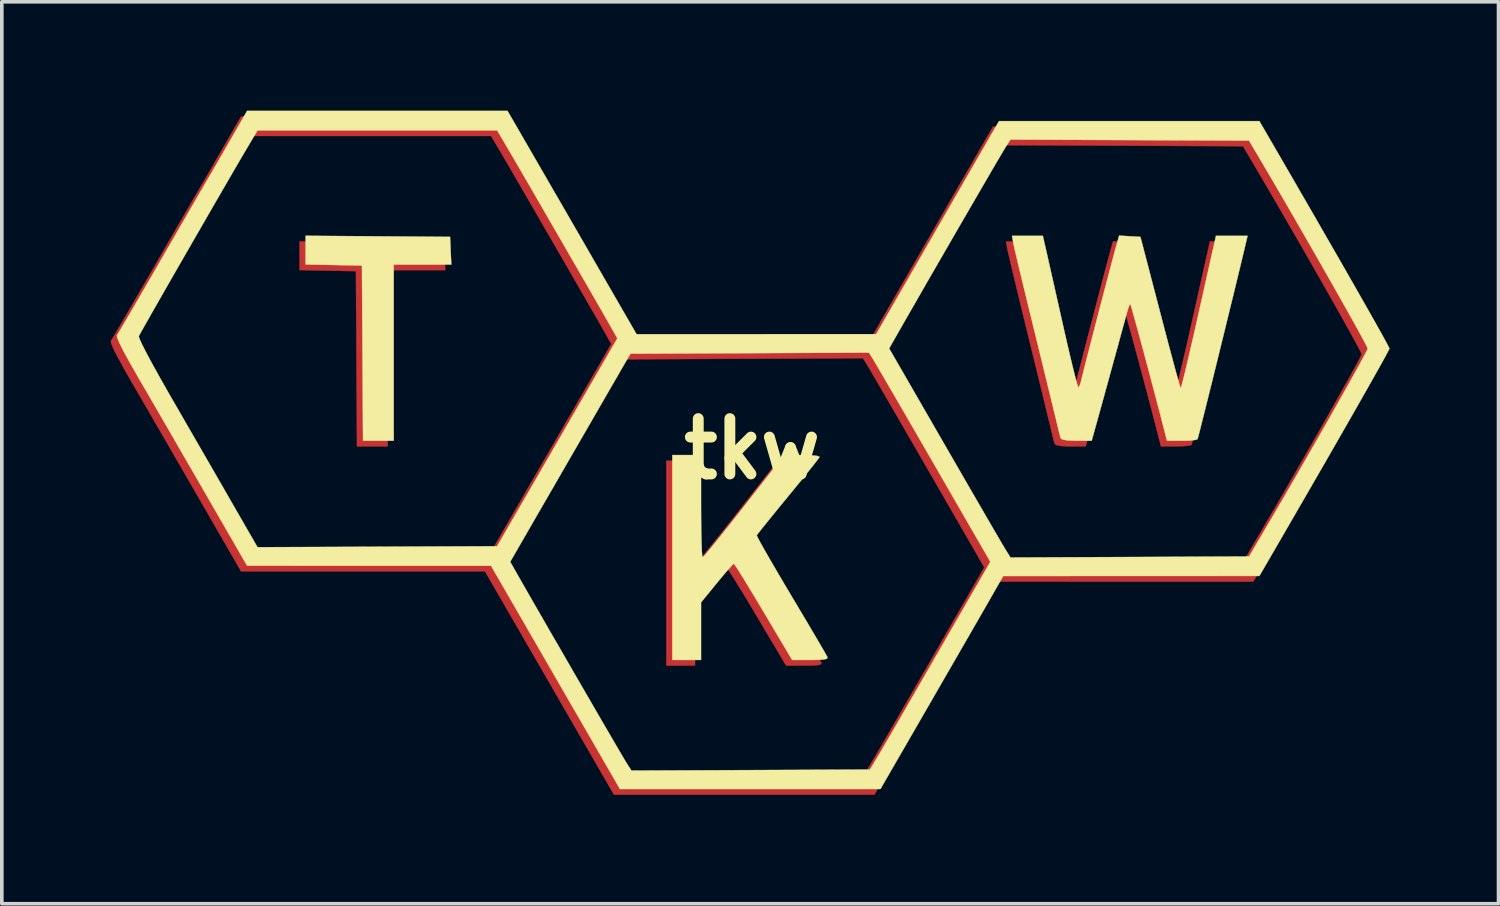
<source format=kicad_pcb>
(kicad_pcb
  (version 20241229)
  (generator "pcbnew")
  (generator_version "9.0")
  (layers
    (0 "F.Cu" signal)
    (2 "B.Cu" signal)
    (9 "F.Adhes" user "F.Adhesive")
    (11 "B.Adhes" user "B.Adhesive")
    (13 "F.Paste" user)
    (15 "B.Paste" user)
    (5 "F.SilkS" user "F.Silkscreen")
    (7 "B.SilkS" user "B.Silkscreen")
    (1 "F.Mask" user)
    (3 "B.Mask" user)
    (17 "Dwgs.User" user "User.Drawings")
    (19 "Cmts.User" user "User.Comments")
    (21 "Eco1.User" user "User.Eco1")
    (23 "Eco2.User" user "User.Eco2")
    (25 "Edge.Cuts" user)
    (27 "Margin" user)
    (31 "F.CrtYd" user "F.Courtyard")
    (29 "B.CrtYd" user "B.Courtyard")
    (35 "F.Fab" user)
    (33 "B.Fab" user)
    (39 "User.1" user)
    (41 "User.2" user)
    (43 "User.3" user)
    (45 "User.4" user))
  (footprint "tkw"
    (layer "F.Cu")
    (at 17.675 9.318)
    (property "Reference" "tkw" (at 0 0 0) (layer "F.SilkS") (effects (font (size 1.524 1.524) (thickness 0.3))))
    (attr through_hole)
    (fp_poly (pts (xy -10.482 -5.702) (xy -8.492 -5.687) (xy -8.458 -4.925) (xy -10.044 -4.925) (xy -10.044 -0.071) (xy -10.89 -0.071) (xy -10.919 -4.897) (xy -12.471 -4.928) (xy -12.471 -5.716) (xy -10.482 -5.702)) (stroke (width 0.01) (type solid)) (fill yes) (layer "F.Cu"))
    (fp_poly (pts (xy -1.577 1.736) (xy -1.576 2.121) (xy -1.571 2.467) (xy -1.564 2.757) (xy -1.555 2.976) (xy -1.545 3.11) (xy -1.535 3.145) (xy -1.491 3.102) (xy -1.387 2.981) (xy -1.231 2.791) (xy -1.031 2.544) (xy -0.797 2.25) (xy -0.537 1.921) (xy -0.392 1.736) (xy 0.709 0.329) (xy 1.207 0.327) (xy 1.442 0.331) (xy 1.607 0.346) (xy 1.684 0.369) (xy 1.687 0.378) (xy 1.647 0.436) (xy 1.546 0.567) (xy 1.393 0.76) (xy 1.198 1.001) (xy 0.973 1.278) (xy 0.821 1.463) (xy 0.582 1.755) (xy 0.368 2.018) (xy 0.188 2.24) (xy 0.053 2.408) (xy -0.026 2.51) (xy -0.043 2.534) (xy -0.019 2.591) (xy 0.056 2.733) (xy 0.177 2.948) (xy 0.336 3.225) (xy 0.526 3.553) (xy 0.743 3.92) (xy 0.908 4.197) (xy 1.14 4.586) (xy 1.354 4.947) (xy 1.542 5.266) (xy 1.699 5.532) (xy 1.816 5.734) (xy 1.887 5.858) (xy 1.905 5.894) (xy 1.896 5.931) (xy 1.824 5.954) (xy 1.671 5.966) (xy 1.434 5.969) (xy 0.933 5.969) (xy 0.146 4.643) (xy -0.062 4.295) (xy -0.251 3.981) (xy -0.415 3.714) (xy -0.545 3.506) (xy -0.633 3.369) (xy -0.673 3.316) (xy -0.674 3.316) (xy -0.72 3.357) (xy -0.822 3.47) (xy -0.965 3.636) (xy -1.134 3.84) (xy -1.142 3.85) (xy -1.577 4.384) (xy -1.577 5.969) (xy -2.368 5.969) (xy -2.368 0.325) (xy -1.577 0.325) (xy -1.577 1.736)) (stroke (width 0.01) (type solid)) (fill yes) (layer "F.Cu"))
    (fp_poly (pts (xy 10.235 -5.704) (xy 10.527 -5.687) (xy 11.069 -3.613) (xy 11.19 -3.148) (xy 11.304 -2.718) (xy 11.406 -2.335) (xy 11.494 -2.011) (xy 11.563 -1.759) (xy 11.612 -1.589) (xy 11.635 -1.516) (xy 11.636 -1.513) (xy 11.654 -1.561) (xy 11.693 -1.706) (xy 11.751 -1.939) (xy 11.825 -2.246) (xy 11.912 -2.617) (xy 12.009 -3.039) (xy 12.114 -3.502) (xy 12.136 -3.601) (xy 12.609 -5.715) (xy 13.478 -5.715) (xy 13.409 -5.419) (xy 13.35 -5.171) (xy 13.274 -4.854) (xy 13.183 -4.478) (xy 13.081 -4.058) (xy 12.97 -3.606) (xy 12.854 -3.134) (xy 12.737 -2.655) (xy 12.62 -2.183) (xy 12.508 -1.729) (xy 12.404 -1.307) (xy 12.309 -0.929) (xy 12.229 -0.608) (xy 12.166 -0.357) (xy 12.122 -0.188) (xy 12.102 -0.115) (xy 12.101 -0.113) (xy 12.036 -0.092) (xy 11.889 -0.077) (xy 11.69 -0.071) (xy 11.668 -0.071) (xy 11.26 -0.071) (xy 11.156 -0.48) (xy 11.071 -0.808) (xy 10.974 -1.177) (xy 10.87 -1.571) (xy 10.763 -1.976) (xy 10.656 -2.375) (xy 10.553 -2.755) (xy 10.459 -3.101) (xy 10.378 -3.397) (xy 10.313 -3.629) (xy 10.269 -3.782) (xy 10.25 -3.841) (xy 10.25 -3.841) (xy 10.223 -3.806) (xy 10.183 -3.692) (xy 10.161 -3.618) (xy 10.128 -3.494) (xy 10.069 -3.28) (xy 9.991 -2.995) (xy 9.898 -2.656) (xy 9.796 -2.284) (xy 9.689 -1.896) (xy 9.583 -1.511) (xy 9.483 -1.148) (xy 9.394 -0.825) (xy 9.322 -0.562) (xy 9.283 -0.423) (xy 9.185 -0.071) (xy 8.769 -0.071) (xy 8.518 -0.079) (xy 8.373 -0.107) (xy 8.331 -0.141) (xy 8.307 -0.23) (xy 8.266 -0.392) (xy 8.222 -0.579) (xy 8.189 -0.715) (xy 8.132 -0.947) (xy 8.056 -1.26) (xy 7.964 -1.639) (xy 7.859 -2.07) (xy 7.744 -2.539) (xy 7.624 -3.03) (xy 7.602 -3.119) (xy 7.483 -3.605) (xy 7.371 -4.064) (xy 7.27 -4.483) (xy 7.182 -4.848) (xy 7.111 -5.146) (xy 7.06 -5.364) (xy 7.032 -5.489) (xy 7.029 -5.503) (xy 6.99 -5.715) (xy 7.839 -5.715) (xy 7.951 -5.221) (xy 7.994 -5.034) (xy 8.056 -4.757) (xy 8.134 -4.41) (xy 8.224 -4.013) (xy 8.32 -3.585) (xy 8.419 -3.147) (xy 8.422 -3.133) (xy 8.515 -2.726) (xy 8.601 -2.358) (xy 8.677 -2.042) (xy 8.741 -1.791) (xy 8.788 -1.62) (xy 8.815 -1.542) (xy 8.818 -1.538) (xy 8.854 -1.587) (xy 8.891 -1.706) (xy 8.895 -1.722) (xy 8.919 -1.822) (xy 8.967 -2.016) (xy 9.036 -2.285) (xy 9.12 -2.613) (xy 9.216 -2.983) (xy 9.319 -3.379) (xy 9.425 -3.784) (xy 9.529 -4.182) (xy 9.627 -4.555) (xy 9.714 -4.887) (xy 9.787 -5.161) (xy 9.841 -5.36) (xy 9.858 -5.422) (xy 9.942 -5.721) (xy 10.235 -5.704)) (stroke (width 0.01) (type solid)) (fill yes) (layer "F.Cu"))
    (fp_poly (pts (xy -6.313 -8.128) (xy -6.148 -7.842) (xy -5.937 -7.477) (xy -5.69 -7.05) (xy -5.419 -6.58) (xy -5.133 -6.085) (xy -4.843 -5.583) (xy -4.559 -5.092) (xy -4.536 -5.052) (xy -3.355 -3.006) (xy 3.249 -3.007) (xy 4.94 -5.942) (xy 6.632 -8.876) (xy 13.805 -8.876) (xy 14.092 -8.382) (xy 14.5 -7.679) (xy 14.896 -6.995) (xy 15.277 -6.335) (xy 15.638 -5.708) (xy 15.976 -5.12) (xy 16.287 -4.576) (xy 16.568 -4.085) (xy 16.813 -3.653) (xy 17.02 -3.287) (xy 17.185 -2.992) (xy 17.303 -2.777) (xy 17.372 -2.648) (xy 17.388 -2.611) (xy 17.36 -2.551) (xy 17.279 -2.4) (xy 17.15 -2.165) (xy 16.974 -1.853) (xy 16.758 -1.47) (xy 16.503 -1.023) (xy 16.215 -0.519) (xy 15.897 0.036) (xy 15.553 0.634) (xy 15.187 1.27) (xy 14.802 1.936) (xy 14.403 2.625) (xy 14.092 3.161) (xy 13.805 3.655) (xy 6.748 3.656) (xy 6.434 4.206) (xy 6.341 4.367) (xy 6.2 4.614) (xy 6.016 4.934) (xy 5.797 5.314) (xy 5.55 5.741) (xy 5.283 6.204) (xy 5.002 6.69) (xy 4.742 7.14) (xy 3.365 9.525) (xy -3.81 9.525) (xy -5.586 6.449) (xy -7.363 3.373) (xy -10.723 3.373) (xy -14.083 3.373) (xy -14.145 3.265) (xy -6.836 3.265) (xy -6.588 3.7) (xy -6.417 3.999) (xy -6.214 4.353) (xy -5.986 4.751) (xy -5.738 5.181) (xy -5.478 5.632) (xy -5.212 6.092) (xy -4.946 6.551) (xy -4.688 6.997) (xy -4.443 7.419) (xy -4.218 7.806) (xy -4.02 8.146) (xy -3.856 8.428) (xy -3.731 8.64) (xy -3.652 8.772) (xy -3.631 8.806) (xy -3.494 9.018) (xy 3.077 8.989) (xy 3.281 8.65) (xy 3.365 8.508) (xy 3.496 8.285) (xy 3.662 8) (xy 3.854 7.669) (xy 4.061 7.311) (xy 4.233 7.013) (xy 4.488 6.572) (xy 4.773 6.077) (xy 5.07 5.562) (xy 5.357 5.064) (xy 5.614 4.617) (xy 5.688 4.49) (xy 6.394 3.264) (xy 4.854 0.595) (xy 4.56 0.086) (xy 4.28 -0.399) (xy 4.019 -0.85) (xy 3.782 -1.257) (xy 3.577 -1.611) (xy 3.408 -1.902) (xy 3.281 -2.119) (xy 3.202 -2.253) (xy 3.181 -2.286) (xy 3.049 -2.499) (xy -0.237 -2.484) (xy -3.522 -2.469) (xy -4.455 -0.856) (xy -4.725 -0.39) (xy -5.017 0.116) (xy -5.316 0.633) (xy -5.606 1.135) (xy -5.871 1.595) (xy -6.097 1.986) (xy -6.112 2.011) (xy -6.836 3.265) (xy -14.145 3.265) (xy -15.263 1.326) (xy -15.548 0.834) (xy -15.842 0.325) (xy -16.134 -0.181) (xy -16.415 -0.666) (xy -16.672 -1.11) (xy -16.895 -1.494) (xy -17.074 -1.801) (xy -17.082 -1.815) (xy -17.303 -2.201) (xy -17.475 -2.516) (xy -17.596 -2.753) (xy -17.662 -2.908) (xy -17.667 -2.949) (xy -17.069 -2.949) (xy -17.05 -2.878) (xy -16.977 -2.72) (xy -16.855 -2.482) (xy -16.689 -2.174) (xy -16.484 -1.803) (xy -16.243 -1.379) (xy -16.107 -1.142) (xy -15.837 -0.675) (xy -15.551 -0.18) (xy -15.263 0.319) (xy -14.987 0.798) (xy -14.735 1.235) (xy -14.521 1.606) (xy -14.455 1.721) (xy -13.798 2.863) (xy -10.497 2.85) (xy -7.196 2.836) (xy -6.428 1.51) (xy -6.187 1.092) (xy -5.906 0.607) (xy -5.603 0.084) (xy -5.296 -0.447) (xy -5.001 -0.957) (xy -4.772 -1.354) (xy -4.044 -2.612) (xy 3.604 -2.612) (xy 5.144 0.056) (xy 5.438 0.564) (xy 5.718 1.049) (xy 5.979 1.5) (xy 6.215 1.907) (xy 6.42 2.261) (xy 6.589 2.551) (xy 6.716 2.768) (xy 6.795 2.902) (xy 6.815 2.936) (xy 6.948 3.148) (xy 10.234 3.133) (xy 13.521 3.119) (xy 13.838 2.582) (xy 14.086 2.161) (xy 14.351 1.707) (xy 14.628 1.23) (xy 14.91 0.742) (xy 15.193 0.251) (xy 15.469 -0.231) (xy 15.734 -0.696) (xy 15.982 -1.133) (xy 16.207 -1.533) (xy 16.404 -1.884) (xy 16.566 -2.177) (xy 16.689 -2.403) (xy 16.766 -2.551) (xy 16.791 -2.61) (xy 16.764 -2.673) (xy 16.685 -2.824) (xy 16.561 -3.052) (xy 16.398 -3.348) (xy 16.2 -3.701) (xy 15.974 -4.102) (xy 15.725 -4.541) (xy 15.459 -5.007) (xy 15.182 -5.491) (xy 14.899 -5.982) (xy 14.616 -6.471) (xy 14.339 -6.948) (xy 14.073 -7.403) (xy 13.838 -7.803) (xy 13.521 -8.34) (xy 10.234 -8.354) (xy 6.948 -8.369) (xy 6.811 -8.157) (xy 6.759 -8.072) (xy 6.658 -7.901) (xy 6.514 -7.654) (xy 6.333 -7.344) (xy 6.122 -6.981) (xy 5.887 -6.576) (xy 5.635 -6.141) (xy 5.372 -5.688) (xy 5.105 -5.226) (xy 4.841 -4.769) (xy 4.586 -4.326) (xy 4.346 -3.91) (xy 4.129 -3.531) (xy 3.94 -3.201) (xy 3.853 -3.049) (xy 3.604 -2.612) (xy -4.044 -2.612) (xy -3.883 -2.892) (xy -4.066 -3.217) (xy -4.161 -3.383) (xy -4.305 -3.633) (xy -4.488 -3.953) (xy -4.705 -4.329) (xy -4.945 -4.747) (xy -5.202 -5.192) (xy -5.467 -5.652) (xy -5.733 -6.111) (xy -5.991 -6.557) (xy -6.232 -6.974) (xy -6.45 -7.35) (xy -6.636 -7.67) (xy -6.781 -7.92) (xy -6.878 -8.086) (xy -7.195 -8.622) (xy -13.797 -8.622) (xy -14.114 -8.086) (xy -14.251 -7.852) (xy -14.424 -7.556) (xy -14.627 -7.207) (xy -14.853 -6.817) (xy -15.096 -6.397) (xy -15.35 -5.958) (xy -15.607 -5.511) (xy -15.863 -5.067) (xy -16.11 -4.637) (xy -16.342 -4.232) (xy -16.553 -3.863) (xy -16.736 -3.542) (xy -16.886 -3.279) (xy -16.995 -3.086) (xy -17.057 -2.973) (xy -17.069 -2.949) (xy -17.667 -2.949) (xy -17.67 -2.972) (xy -17.632 -3.033) (xy -17.544 -3.181) (xy -17.412 -3.406) (xy -17.243 -3.696) (xy -17.042 -4.041) (xy -16.816 -4.43) (xy -16.572 -4.852) (xy -16.481 -5.009) (xy -16.225 -5.453) (xy -15.979 -5.878) (xy -15.752 -6.271) (xy -15.55 -6.62) (xy -15.381 -6.912) (xy -15.252 -7.134) (xy -15.17 -7.274) (xy -15.157 -7.295) (xy -15.063 -7.456) (xy -14.928 -7.688) (xy -14.768 -7.965) (xy -14.598 -8.261) (xy -14.528 -8.382) (xy -14.083 -9.158) (xy -6.909 -9.158) (xy -6.313 -8.128)) (stroke (width 0.01) (type solid)) (fill yes) (layer "F.Cu"))
    (fp_poly (pts (xy -10.315 -5.857) (xy -8.326 -5.842) (xy -8.292 -5.08) (xy -9.878 -5.08) (xy -9.878 -0.226) (xy -10.723 -0.226) (xy -10.753 -5.052) (xy -12.305 -5.083) (xy -12.305 -5.872) (xy -10.315 -5.857)) (stroke (width 0.01) (type solid)) (fill yes) (layer "F.SilkS"))
    (fp_poly (pts (xy -1.411 1.58) (xy -1.409 1.966) (xy -1.405 2.311) (xy -1.398 2.601) (xy -1.389 2.821) (xy -1.378 2.955) (xy -1.369 2.99) (xy -1.325 2.947) (xy -1.221 2.825) (xy -1.064 2.636) (xy -0.865 2.389) (xy -0.63 2.095) (xy -0.37 1.766) (xy -0.226 1.581) (xy 0.875 0.174) (xy 1.373 0.171) (xy 1.608 0.176) (xy 1.774 0.191) (xy 1.85 0.214) (xy 1.853 0.223) (xy 1.813 0.28) (xy 1.712 0.412) (xy 1.559 0.604) (xy 1.365 0.846) (xy 1.139 1.123) (xy 0.988 1.307) (xy 0.748 1.599) (xy 0.534 1.863) (xy 0.354 2.085) (xy 0.22 2.253) (xy 0.14 2.355) (xy 0.123 2.379) (xy 0.147 2.436) (xy 0.222 2.578) (xy 0.343 2.793) (xy 0.502 3.07) (xy 0.693 3.398) (xy 0.909 3.764) (xy 1.074 4.042) (xy 1.306 4.431) (xy 1.52 4.791) (xy 1.709 5.111) (xy 1.865 5.377) (xy 1.982 5.578) (xy 2.053 5.703) (xy 2.072 5.738) (xy 2.063 5.776) (xy 1.99 5.799) (xy 1.837 5.811) (xy 1.6 5.814) (xy 1.1 5.814) (xy 0.312 4.487) (xy 0.105 4.139) (xy -0.085 3.826) (xy -0.248 3.558) (xy -0.378 3.35) (xy -0.467 3.214) (xy -0.507 3.161) (xy -0.507 3.161) (xy -0.554 3.202) (xy -0.655 3.314) (xy -0.798 3.481) (xy -0.967 3.685) (xy -0.975 3.695) (xy -1.411 4.228) (xy -1.411 5.814) (xy -2.201 5.814) (xy -2.201 0.169) (xy -1.411 0.169) (xy -1.411 1.58)) (stroke (width 0.01) (type solid)) (fill yes) (layer "F.SilkS"))
    (fp_poly (pts (xy 10.401 -5.859) (xy 10.694 -5.842) (xy 11.235 -3.769) (xy 11.357 -3.303) (xy 11.47 -2.873) (xy 11.573 -2.49) (xy 11.66 -2.166) (xy 11.73 -1.914) (xy 11.778 -1.745) (xy 11.802 -1.671) (xy 11.803 -1.669) (xy 11.821 -1.716) (xy 11.86 -1.861) (xy 11.918 -2.094) (xy 11.992 -2.401) (xy 12.078 -2.772) (xy 12.176 -3.195) (xy 12.28 -3.657) (xy 12.302 -3.756) (xy 12.776 -5.87) (xy 13.645 -5.87) (xy 13.575 -5.574) (xy 13.516 -5.327) (xy 13.44 -5.009) (xy 13.349 -4.633) (xy 13.247 -4.213) (xy 13.136 -3.761) (xy 13.021 -3.289) (xy 12.903 -2.81) (xy 12.787 -2.338) (xy 12.675 -1.884) (xy 12.57 -1.462) (xy 12.476 -1.084) (xy 12.395 -0.763) (xy 12.332 -0.512) (xy 12.288 -0.343) (xy 12.268 -0.27) (xy 12.267 -0.268) (xy 12.202 -0.247) (xy 12.055 -0.232) (xy 11.856 -0.226) (xy 11.834 -0.226) (xy 11.427 -0.226) (xy 11.322 -0.635) (xy 11.237 -0.964) (xy 11.14 -1.333) (xy 11.036 -1.727) (xy 10.929 -2.131) (xy 10.822 -2.53) (xy 10.72 -2.911) (xy 10.626 -3.256) (xy 10.544 -3.552) (xy 10.48 -3.784) (xy 10.436 -3.937) (xy 10.416 -3.996) (xy 10.416 -3.996) (xy 10.39 -3.961) (xy 10.349 -3.848) (xy 10.328 -3.773) (xy 10.294 -3.649) (xy 10.236 -3.435) (xy 10.157 -3.15) (xy 10.065 -2.811) (xy 9.962 -2.439) (xy 9.856 -2.051) (xy 9.75 -1.666) (xy 9.65 -1.303) (xy 9.561 -0.981) (xy 9.488 -0.717) (xy 9.449 -0.579) (xy 9.351 -0.226) (xy 8.935 -0.226) (xy 8.684 -0.235) (xy 8.539 -0.262) (xy 8.497 -0.296) (xy 8.473 -0.385) (xy 8.433 -0.547) (xy 8.388 -0.734) (xy 8.355 -0.871) (xy 8.299 -1.102) (xy 8.223 -1.415) (xy 8.13 -1.794) (xy 8.025 -2.225) (xy 7.91 -2.694) (xy 7.79 -3.185) (xy 7.768 -3.274) (xy 7.649 -3.76) (xy 7.537 -4.219) (xy 7.436 -4.638) (xy 7.348 -5.003) (xy 7.277 -5.301) (xy 7.226 -5.519) (xy 7.198 -5.644) (xy 7.196 -5.659) (xy 7.156 -5.87) (xy 8.005 -5.87) (xy 8.118 -5.376) (xy 8.16 -5.19) (xy 8.222 -4.913) (xy 8.301 -4.565) (xy 8.39 -4.168) (xy 8.487 -3.74) (xy 8.585 -3.302) (xy 8.588 -3.288) (xy 8.681 -2.881) (xy 8.767 -2.513) (xy 8.844 -2.197) (xy 8.907 -1.946) (xy 8.954 -1.775) (xy 8.981 -1.697) (xy 8.984 -1.693) (xy 9.02 -1.742) (xy 9.058 -1.861) (xy 9.061 -1.877) (xy 9.085 -1.978) (xy 9.134 -2.171) (xy 9.202 -2.44) (xy 9.287 -2.768) (xy 9.383 -3.138) (xy 9.485 -3.535) (xy 9.591 -3.94) (xy 9.695 -4.337) (xy 9.793 -4.71) (xy 9.88 -5.042) (xy 9.953 -5.316) (xy 10.007 -5.515) (xy 10.024 -5.577) (xy 10.108 -5.876) (xy 10.401 -5.859)) (stroke (width 0.01) (type solid)) (fill yes) (layer "F.SilkS"))
    (fp_poly (pts (xy -6.147 -8.283) (xy -5.982 -7.997) (xy -5.771 -7.632) (xy -5.524 -7.205) (xy -5.252 -6.735) (xy -4.966 -6.24) (xy -4.676 -5.738) (xy -4.393 -5.247) (xy -4.37 -5.207) (xy -3.189 -3.161) (xy 3.415 -3.162) (xy 5.107 -6.097) (xy 6.798 -9.031) (xy 13.971 -9.031) (xy 14.258 -8.537) (xy 14.666 -7.834) (xy 15.062 -7.15) (xy 15.443 -6.491) (xy 15.804 -5.863) (xy 16.143 -5.275) (xy 16.454 -4.732) (xy 16.734 -4.241) (xy 16.98 -3.809) (xy 17.187 -3.442) (xy 17.351 -3.148) (xy 17.47 -2.932) (xy 17.538 -2.803) (xy 17.554 -2.766) (xy 17.526 -2.706) (xy 17.446 -2.555) (xy 17.316 -2.32) (xy 17.141 -2.008) (xy 16.924 -1.625) (xy 16.67 -1.178) (xy 16.382 -0.674) (xy 16.064 -0.119) (xy 15.72 0.479) (xy 15.353 1.115) (xy 14.968 1.78) (xy 14.569 2.47) (xy 14.258 3.006) (xy 13.971 3.5) (xy 6.914 3.501) (xy 6.6 4.05) (xy 6.508 4.212) (xy 6.366 4.459) (xy 6.182 4.778) (xy 5.963 5.158) (xy 5.716 5.586) (xy 5.449 6.049) (xy 5.168 6.535) (xy 4.909 6.985) (xy 3.531 9.37) (xy -3.644 9.37) (xy -5.42 6.294) (xy -7.197 3.218) (xy -10.557 3.218) (xy -13.917 3.217) (xy -13.979 3.11) (xy -6.669 3.11) (xy -6.422 3.545) (xy -6.251 3.844) (xy -6.048 4.198) (xy -5.819 4.596) (xy -5.572 5.026) (xy -5.311 5.476) (xy -5.045 5.937) (xy -4.78 6.396) (xy -4.521 6.842) (xy -4.277 7.264) (xy -4.052 7.651) (xy -3.854 7.991) (xy -3.689 8.272) (xy -3.564 8.485) (xy -3.486 8.617) (xy -3.465 8.651) (xy -3.328 8.863) (xy 3.243 8.834) (xy 3.447 8.495) (xy 3.531 8.353) (xy 3.662 8.13) (xy 3.828 7.845) (xy 4.02 7.514) (xy 4.227 7.156) (xy 4.399 6.858) (xy 4.654 6.417) (xy 4.939 5.921) (xy 5.236 5.407) (xy 5.523 4.909) (xy 5.781 4.462) (xy 5.854 4.335) (xy 6.56 3.109) (xy 5.02 0.44) (xy 4.726 -0.069) (xy 4.446 -0.554) (xy 4.185 -1.005) (xy 3.949 -1.412) (xy 3.743 -1.766) (xy 3.574 -2.057) (xy 3.447 -2.274) (xy 3.368 -2.408) (xy 3.348 -2.442) (xy 3.215 -2.654) (xy -0.07 -2.639) (xy -3.356 -2.625) (xy -4.289 -1.012) (xy -4.558 -0.545) (xy -4.85 -0.04) (xy -5.149 0.477) (xy -5.439 0.98) (xy -5.705 1.44) (xy -5.931 1.831) (xy -5.945 1.855) (xy -6.669 3.11) (xy -13.979 3.11) (xy -15.097 1.171) (xy -15.382 0.678) (xy -15.676 0.17) (xy -15.968 -0.336) (xy -16.248 -0.821) (xy -16.506 -1.265) (xy -16.729 -1.65) (xy -16.907 -1.956) (xy -16.915 -1.97) (xy -17.136 -2.356) (xy -17.309 -2.671) (xy -17.429 -2.909) (xy -17.495 -3.063) (xy -17.501 -3.104) (xy -16.903 -3.104) (xy -16.883 -3.034) (xy -16.81 -2.875) (xy -16.689 -2.637) (xy -16.523 -2.329) (xy -16.317 -1.958) (xy -16.077 -1.535) (xy -15.94 -1.298) (xy -15.67 -0.83) (xy -15.385 -0.335) (xy -15.097 0.163) (xy -14.82 0.643) (xy -14.568 1.08) (xy -14.355 1.451) (xy -14.289 1.566) (xy -13.631 2.708) (xy -10.331 2.695) (xy -7.03 2.681) (xy -6.262 1.355) (xy -6.02 0.937) (xy -5.74 0.452) (xy -5.437 -0.071) (xy -5.13 -0.602) (xy -4.835 -1.112) (xy -4.605 -1.509) (xy -3.878 -2.768) (xy 3.771 -2.768) (xy 5.31 -0.1) (xy 5.604 0.409) (xy 5.884 0.894) (xy 6.145 1.345) (xy 6.381 1.752) (xy 6.586 2.106) (xy 6.755 2.396) (xy 6.882 2.613) (xy 6.962 2.747) (xy 6.982 2.78) (xy 7.114 2.992) (xy 10.4 2.978) (xy 13.687 2.963) (xy 14.004 2.427) (xy 14.252 2.005) (xy 14.518 1.551) (xy 14.794 1.075) (xy 15.077 0.587) (xy 15.359 0.096) (xy 15.636 -0.387) (xy 15.901 -0.851) (xy 16.149 -1.289) (xy 16.374 -1.688) (xy 16.57 -2.039) (xy 16.733 -2.333) (xy 16.855 -2.558) (xy 16.932 -2.706) (xy 16.958 -2.765) (xy 16.93 -2.828) (xy 16.852 -2.979) (xy 16.728 -3.207) (xy 16.564 -3.503) (xy 16.366 -3.856) (xy 16.14 -4.257) (xy 15.891 -4.696) (xy 15.625 -5.162) (xy 15.348 -5.646) (xy 15.065 -6.137) (xy 14.782 -6.627) (xy 14.505 -7.104) (xy 14.24 -7.558) (xy 14.004 -7.959) (xy 13.687 -8.495) (xy 10.401 -8.509) (xy 7.114 -8.524) (xy 6.977 -8.312) (xy 6.926 -8.227) (xy 6.825 -8.056) (xy 6.68 -7.81) (xy 6.499 -7.499) (xy 6.288 -7.136) (xy 6.053 -6.731) (xy 5.801 -6.297) (xy 5.538 -5.843) (xy 5.272 -5.382) (xy 5.007 -4.924) (xy 4.752 -4.482) (xy 4.513 -4.065) (xy 4.295 -3.686) (xy 4.106 -3.356) (xy 4.019 -3.204) (xy 3.771 -2.768) (xy -3.878 -2.768) (xy -3.716 -3.047) (xy -3.9 -3.372) (xy -3.995 -3.538) (xy -4.138 -3.789) (xy -4.322 -4.109) (xy -4.538 -4.484) (xy -4.779 -4.902) (xy -5.036 -5.347) (xy -5.301 -5.807) (xy -5.567 -6.266) (xy -5.824 -6.712) (xy -6.066 -7.13) (xy -6.284 -7.505) (xy -6.469 -7.825) (xy -6.615 -8.075) (xy -6.712 -8.241) (xy -7.028 -8.777) (xy -13.63 -8.777) (xy -13.948 -8.241) (xy -14.085 -8.008) (xy -14.258 -7.711) (xy -14.461 -7.362) (xy -14.687 -6.972) (xy -14.93 -6.552) (xy -15.183 -6.113) (xy -15.441 -5.666) (xy -15.697 -5.222) (xy -15.944 -4.792) (xy -16.176 -4.387) (xy -16.387 -4.019) (xy -16.57 -3.697) (xy -16.719 -3.434) (xy -16.828 -3.241) (xy -16.891 -3.128) (xy -16.903 -3.104) (xy -17.501 -3.104) (xy -17.504 -3.127) (xy -17.466 -3.188) (xy -17.378 -3.336) (xy -17.246 -3.561) (xy -17.076 -3.851) (xy -16.876 -4.196) (xy -16.65 -4.585) (xy -16.405 -5.007) (xy -16.315 -5.165) (xy -16.058 -5.609) (xy -15.813 -6.033) (xy -15.586 -6.426) (xy -15.384 -6.775) (xy -15.215 -7.067) (xy -15.085 -7.289) (xy -15.003 -7.43) (xy -14.991 -7.451) (xy -14.897 -7.611) (xy -14.762 -7.843) (xy -14.602 -8.12) (xy -14.432 -8.416) (xy -14.362 -8.537) (xy -13.917 -9.313) (xy -6.743 -9.313) (xy -6.147 -8.283)) (stroke (width 0.01) (type solid)) (fill yes) (layer "F.SilkS")))
  (gr_rect
    (start -3 -3)
    (end 38.235 21.848)
    (stroke (width 0.1) (type default))
    (fill no)
    (layer "Edge.Cuts")))
</source>
